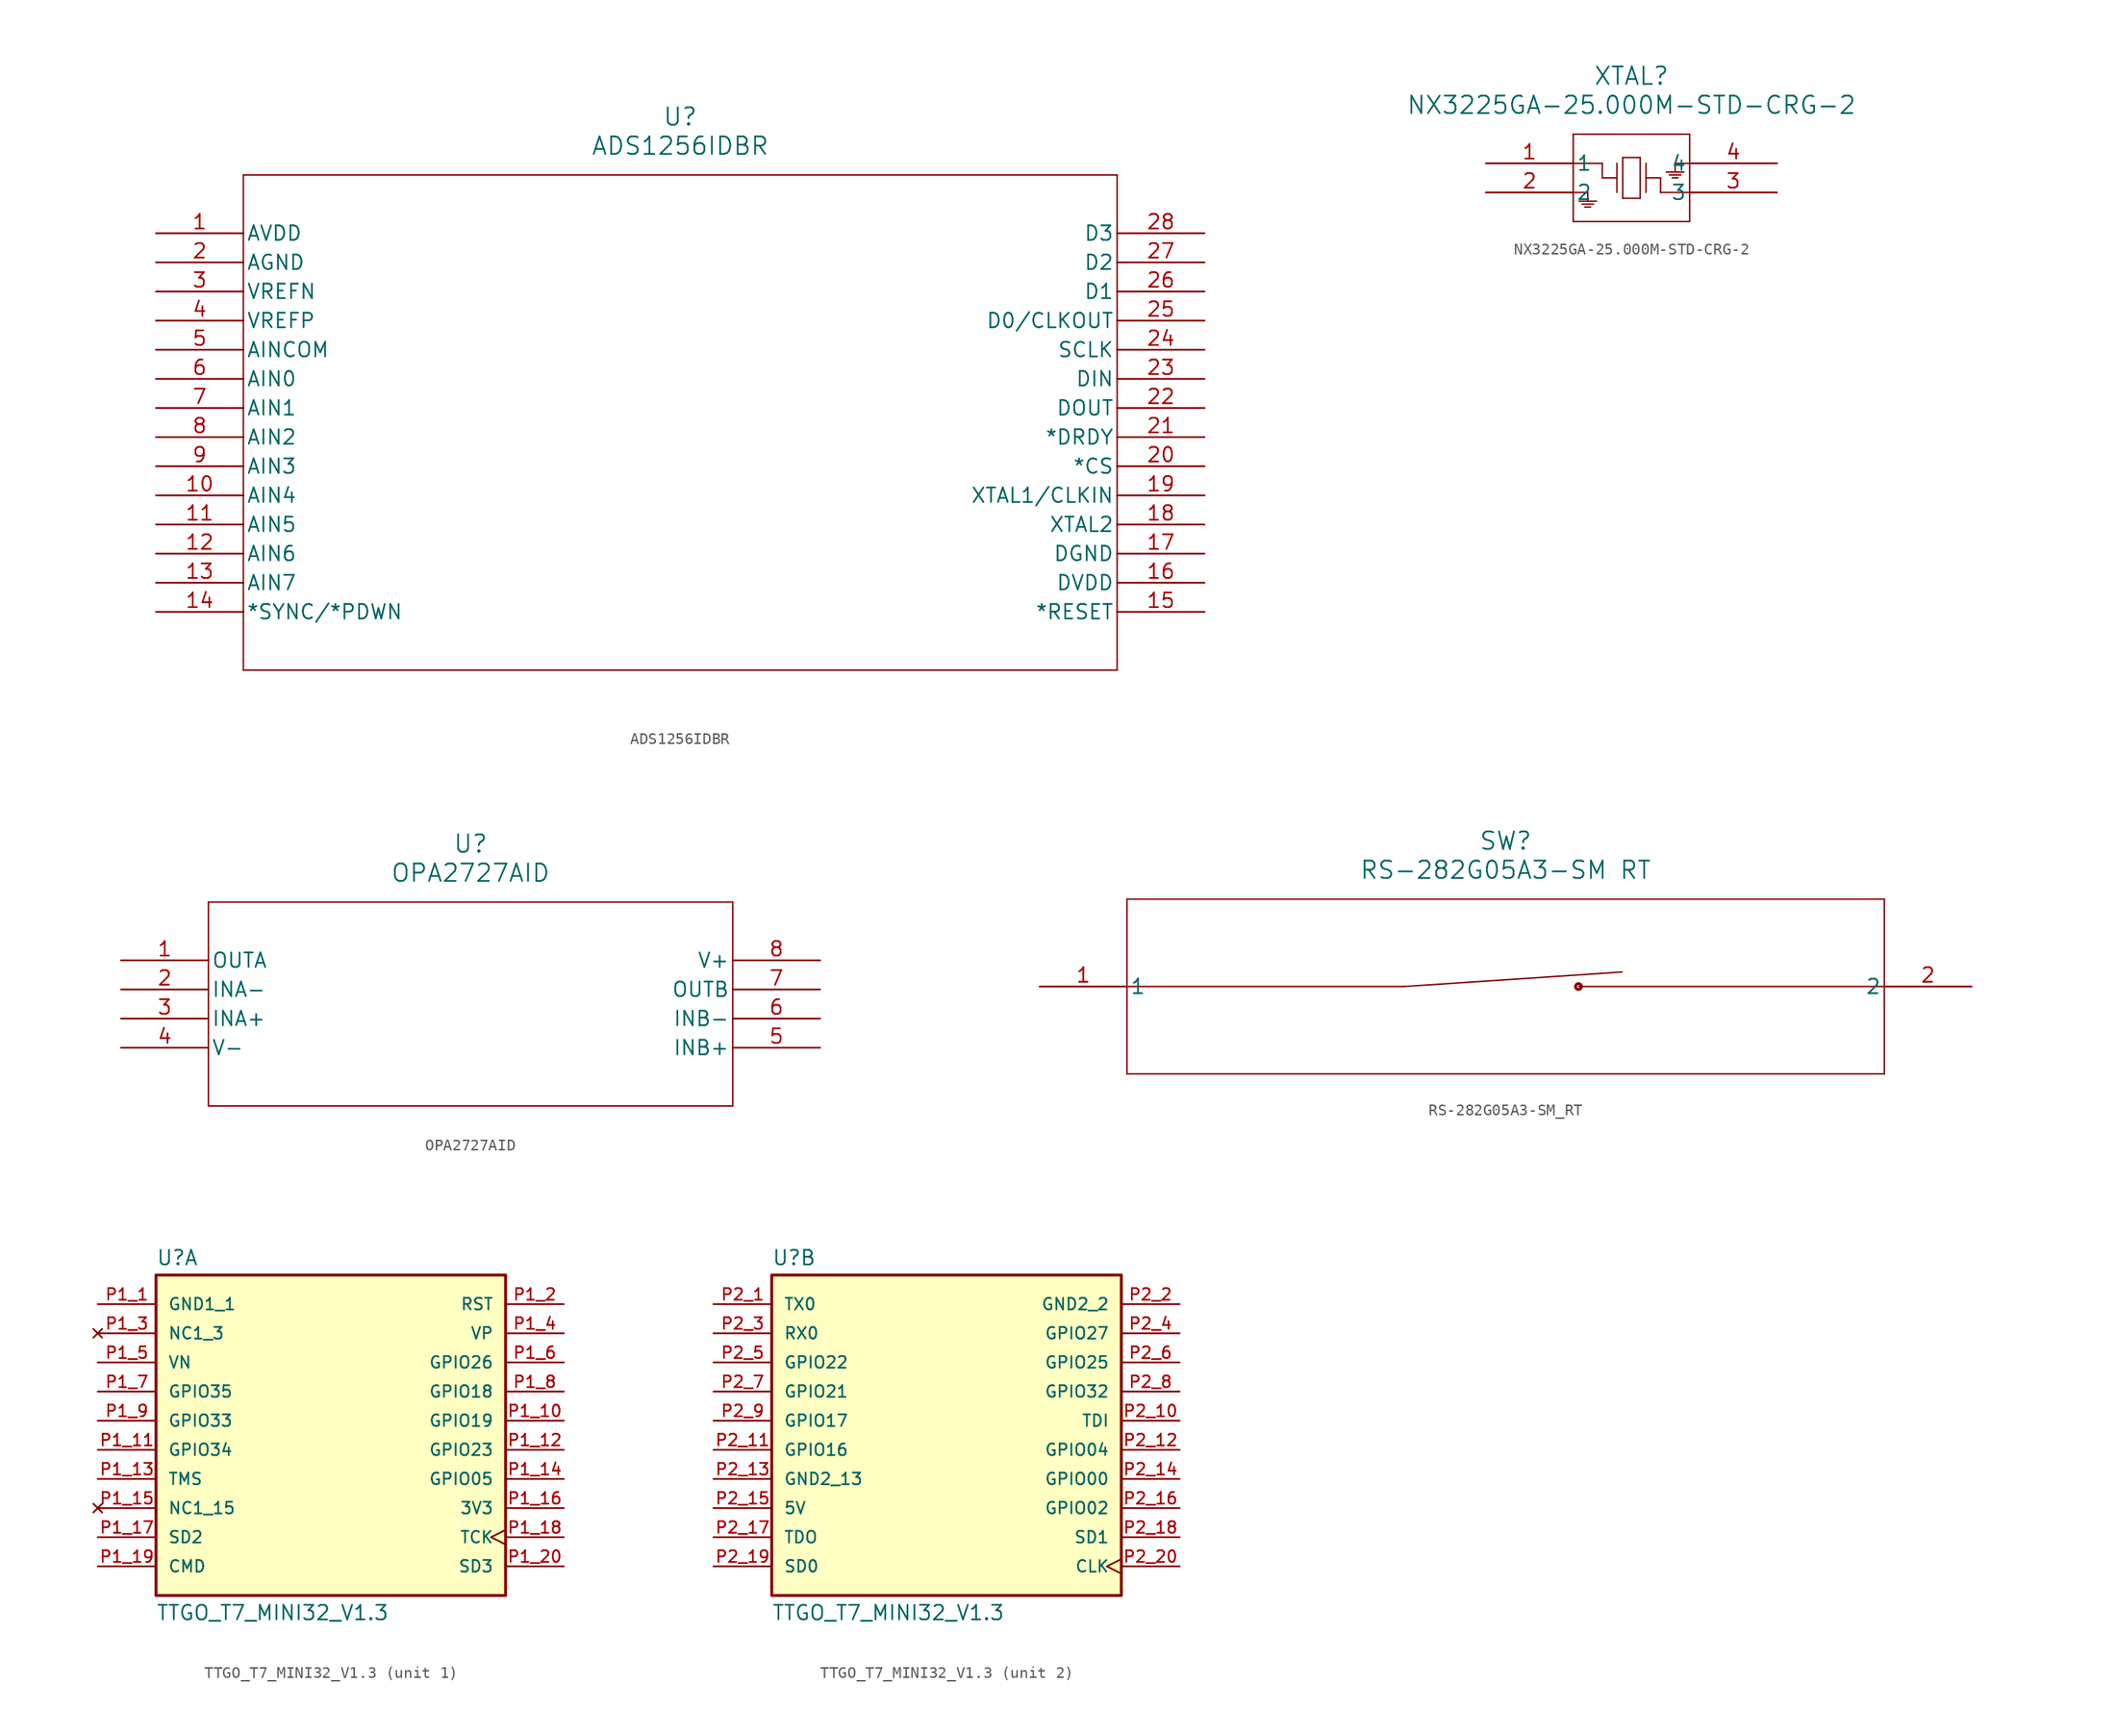
<source format=kicad_sym>
(kicad_symbol_lib
  (version 20240529)
  (generator "kicad_symbol_editor")
  (generator_version "8.99")
  (symbol "ADS1256IDBR"
    (pin_names
      (offset 0.254))
    (property "Reference" "U"
      (at 45.72 10.16 0)
      (effects (font (size 1.524 1.524))))
    (property "Value" "ADS1256IDBR"
      (at 45.72 7.62 0)
      (effects (font (size 1.524 1.524))))
    (property "ki_locked" ""
      (at 0 0 0)
      (effects (font (size 1.27 1.27))))
    (symbol "ADS1256IDBR_0_1"
      (polyline (pts (xy 7.62 5.08) (xy 7.62 -38.1)) (stroke (width 0.127) (type default)) (fill (type none)))
      (polyline (pts (xy 7.62 -38.1) (xy 83.82 -38.1)) (stroke (width 0.127) (type default)) (fill (type none)))
      (polyline (pts (xy 83.82 5.08) (xy 7.62 5.08)) (stroke (width 0.127) (type default)) (fill (type none)))
      (polyline (pts (xy 83.82 -38.1) (xy 83.82 5.08)) (stroke (width 0.127) (type default)) (fill (type none)))
      (pin power_in line (at 0 0 0) (length 7.62) (name "AVDD" (effects (font (size 1.27 1.27)))) (number "1" (effects (font (size 1.27 1.27)))))
      (pin power_in line (at 0 -2.54 0) (length 7.62) (name "AGND" (effects (font (size 1.27 1.27)))) (number "2" (effects (font (size 1.27 1.27)))))
      (pin input line (at 0 -5.08 0) (length 7.62) (name "VREFN" (effects (font (size 1.27 1.27)))) (number "3" (effects (font (size 1.27 1.27)))))
      (pin input line (at 0 -7.62 0) (length 7.62) (name "VREFP" (effects (font (size 1.27 1.27)))) (number "4" (effects (font (size 1.27 1.27)))))
      (pin input line (at 0 -10.16 0) (length 7.62) (name "AINCOM" (effects (font (size 1.27 1.27)))) (number "5" (effects (font (size 1.27 1.27)))))
      (pin input line (at 0 -12.7 0) (length 7.62) (name "AIN0" (effects (font (size 1.27 1.27)))) (number "6" (effects (font (size 1.27 1.27)))))
      (pin input line (at 0 -15.24 0) (length 7.62) (name "AIN1" (effects (font (size 1.27 1.27)))) (number "7" (effects (font (size 1.27 1.27)))))
      (pin input line (at 0 -17.78 0) (length 7.62) (name "AIN2" (effects (font (size 1.27 1.27)))) (number "8" (effects (font (size 1.27 1.27)))))
      (pin input line (at 0 -20.32 0) (length 7.62) (name "AIN3" (effects (font (size 1.27 1.27)))) (number "9" (effects (font (size 1.27 1.27)))))
      (pin input line (at 0 -22.86 0) (length 7.62) (name "AIN4" (effects (font (size 1.27 1.27)))) (number "10" (effects (font (size 1.27 1.27)))))
      (pin input line (at 0 -25.4 0) (length 7.62) (name "AIN5" (effects (font (size 1.27 1.27)))) (number "11" (effects (font (size 1.27 1.27)))))
      (pin input line (at 0 -27.94 0) (length 7.62) (name "AIN6" (effects (font (size 1.27 1.27)))) (number "12" (effects (font (size 1.27 1.27)))))
      (pin input line (at 0 -30.48 0) (length 7.62) (name "AIN7" (effects (font (size 1.27 1.27)))) (number "13" (effects (font (size 1.27 1.27)))))
      (pin input line (at 0 -33.02 0) (length 7.62) (name "*SYNC/*PDWN" (effects (font (size 1.27 1.27)))) (number "14" (effects (font (size 1.27 1.27)))))
      (pin bidirectional line (at 91.44 0 180) (length 7.62) (name "D3" (effects (font (size 1.27 1.27)))) (number "28" (effects (font (size 1.27 1.27)))))
      (pin bidirectional line (at 91.44 -2.54 180) (length 7.62) (name "D2" (effects (font (size 1.27 1.27)))) (number "27" (effects (font (size 1.27 1.27)))))
      (pin bidirectional line (at 91.44 -5.08 180) (length 7.62) (name "D1" (effects (font (size 1.27 1.27)))) (number "26" (effects (font (size 1.27 1.27)))))
      (pin bidirectional line (at 91.44 -7.62 180) (length 7.62) (name "D0/CLKOUT" (effects (font (size 1.27 1.27)))) (number "25" (effects (font (size 1.27 1.27)))))
      (pin input line (at 91.44 -10.16 180) (length 7.62) (name "SCLK" (effects (font (size 1.27 1.27)))) (number "24" (effects (font (size 1.27 1.27)))))
      (pin input line (at 91.44 -12.7 180) (length 7.62) (name "DIN" (effects (font (size 1.27 1.27)))) (number "23" (effects (font (size 1.27 1.27)))))
      (pin output line (at 91.44 -15.24 180) (length 7.62) (name "DOUT" (effects (font (size 1.27 1.27)))) (number "22" (effects (font (size 1.27 1.27)))))
      (pin output line (at 91.44 -17.78 180) (length 7.62) (name "*DRDY" (effects (font (size 1.27 1.27)))) (number "21" (effects (font (size 1.27 1.27)))))
      (pin input line (at 91.44 -20.32 180) (length 7.62) (name "*CS" (effects (font (size 1.27 1.27)))) (number "20" (effects (font (size 1.27 1.27)))))
      (pin input line (at 91.44 -22.86 180) (length 7.62) (name "XTAL1/CLKIN" (effects (font (size 1.27 1.27)))) (number "19" (effects (font (size 1.27 1.27)))))
      (pin unspecified line (at 91.44 -25.4 180) (length 7.62) (name "XTAL2" (effects (font (size 1.27 1.27)))) (number "18" (effects (font (size 1.27 1.27)))))
      (pin power_in line (at 91.44 -27.94 180) (length 7.62) (name "DGND" (effects (font (size 1.27 1.27)))) (number "17" (effects (font (size 1.27 1.27)))))
      (pin power_in line (at 91.44 -30.48 180) (length 7.62) (name "DVDD" (effects (font (size 1.27 1.27)))) (number "16" (effects (font (size 1.27 1.27)))))
      (pin input line (at 91.44 -33.02 180) (length 7.62) (name "*RESET" (effects (font (size 1.27 1.27)))) (number "15" (effects (font (size 1.27 1.27)))))))
  (symbol "NX3225GA-25.000M-STD-CRG-2"
    (pin_names
      (offset 0.254))
    (property "Reference" "XTAL"
      (at 12.7 7.62 0)
      (effects (font (size 1.524 1.524))))
    (property "Value" "NX3225GA-25.000M-STD-CRG-2"
      (at 12.7 5.08 0)
      (effects (font (size 1.524 1.524))))
    (property "ki_locked" ""
      (at 0 0 0)
      (effects (font (size 1.27 1.27))))
    (symbol "NX3225GA-25.000M-STD-CRG-2_0_1"
      (polyline (pts (xy 7.62 2.54) (xy 7.62 -5.08)) (stroke (width 0.127) (type default)) (fill (type none)))
      (polyline (pts (xy 7.62 -2.54) (xy 8.89 -2.54)) (stroke (width 0.127) (type default)) (fill (type none)))
      (polyline (pts (xy 7.62 -5.08) (xy 17.78 -5.08)) (stroke (width 0.127) (type default)) (fill (type none)))
      (polyline (pts (xy 8.128 -3.302) (xy 9.652 -3.302)) (stroke (width 0.127) (type default)) (fill (type none)))
      (polyline (pts (xy 8.382 -3.556) (xy 9.398 -3.556)) (stroke (width 0.127) (type default)) (fill (type none)))
      (polyline (pts (xy 8.636 -3.81) (xy 9.144 -3.81)) (stroke (width 0.127) (type default)) (fill (type none)))
      (polyline (pts (xy 8.89 -2.54) (xy 8.89 -3.302)) (stroke (width 0.127) (type default)) (fill (type none)))
      (polyline (pts (xy 10.16 0) (xy 7.62 0)) (stroke (width 0.127) (type default)) (fill (type none)))
      (polyline (pts (xy 10.16 -1.27) (xy 10.16 0)) (stroke (width 0.127) (type default)) (fill (type none)))
      (polyline (pts (xy 11.43 0) (xy 11.43 -2.54)) (stroke (width 0.127) (type default)) (fill (type none)))
      (polyline (pts (xy 11.43 -1.27) (xy 10.16 -1.27)) (stroke (width 0.127) (type default)) (fill (type none)))
      (polyline (pts (xy 11.938 0.508) (xy 11.938 -3.048)) (stroke (width 0.127) (type default)) (fill (type none)))
      (polyline (pts (xy 11.938 -3.048) (xy 13.462 -3.048)) (stroke (width 0.127) (type default)) (fill (type none)))
      (polyline (pts (xy 13.462 0.508) (xy 11.938 0.508)) (stroke (width 0.127) (type default)) (fill (type none)))
      (polyline (pts (xy 13.462 -3.048) (xy 13.462 0.508)) (stroke (width 0.127) (type default)) (fill (type none)))
      (polyline (pts (xy 13.97 0) (xy 13.97 -2.54)) (stroke (width 0.127) (type default)) (fill (type none)))
      (polyline (pts (xy 13.97 -1.27) (xy 15.24 -1.27)) (stroke (width 0.127) (type default)) (fill (type none)))
      (polyline (pts (xy 15.24 -1.27) (xy 15.24 -2.54)) (stroke (width 0.127) (type default)) (fill (type none)))
      (polyline (pts (xy 15.24 -2.54) (xy 17.78 -2.54)) (stroke (width 0.127) (type default)) (fill (type none)))
      (polyline (pts (xy 16.51 0) (xy 16.51 -0.762)) (stroke (width 0.127) (type default)) (fill (type none)))
      (polyline (pts (xy 16.764 -1.27) (xy 16.256 -1.27)) (stroke (width 0.127) (type default)) (fill (type none)))
      (polyline (pts (xy 17.018 -1.016) (xy 16.002 -1.016)) (stroke (width 0.127) (type default)) (fill (type none)))
      (polyline (pts (xy 17.272 -0.762) (xy 15.748 -0.762)) (stroke (width 0.127) (type default)) (fill (type none)))
      (polyline (pts (xy 17.78 2.54) (xy 7.62 2.54)) (stroke (width 0.127) (type default)) (fill (type none)))
      (polyline (pts (xy 17.78 0) (xy 16.51 0)) (stroke (width 0.127) (type default)) (fill (type none)))
      (polyline (pts (xy 17.78 -5.08) (xy 17.78 2.54)) (stroke (width 0.127) (type default)) (fill (type none)))
      (pin unspecified line (at 0 0 0) (length 7.62) (name "1" (effects (font (size 1.27 1.27)))) (number "1" (effects (font (size 1.27 1.27)))))
      (pin unspecified line (at 0 -2.54 0) (length 7.62) (name "2" (effects (font (size 1.27 1.27)))) (number "2" (effects (font (size 1.27 1.27)))))
      (pin unspecified line (at 25.4 0 180) (length 7.62) (name "4" (effects (font (size 1.27 1.27)))) (number "4" (effects (font (size 1.27 1.27)))))
      (pin unspecified line (at 25.4 -2.54 180) (length 7.62) (name "3" (effects (font (size 1.27 1.27)))) (number "3" (effects (font (size 1.27 1.27)))))))
  (symbol "OPA2727AID"
    (pin_names
      (offset 0.254))
    (property "Reference" "U"
      (at 30.48 10.16 0)
      (effects (font (size 1.524 1.524))))
    (property "Value" "OPA2727AID"
      (at 30.48 7.62 0)
      (effects (font (size 1.524 1.524))))
    (symbol "OPA2727AID_0_1"
      (polyline (pts (xy 7.62 5.08) (xy 7.62 -12.7)) (stroke (width 0.127) (type default)) (fill (type none)))
      (polyline (pts (xy 7.62 -12.7) (xy 53.34 -12.7)) (stroke (width 0.127) (type default)) (fill (type none)))
      (polyline (pts (xy 53.34 5.08) (xy 7.62 5.08)) (stroke (width 0.127) (type default)) (fill (type none)))
      (polyline (pts (xy 53.34 -12.7) (xy 53.34 5.08)) (stroke (width 0.127) (type default)) (fill (type none)))
      (pin output line (at 0 0 0) (length 7.62) (name "OUTA" (effects (font (size 1.27 1.27)))) (number "1" (effects (font (size 1.27 1.27)))))
      (pin input line (at 0 -2.54 0) (length 7.62) (name "INA-" (effects (font (size 1.27 1.27)))) (number "2" (effects (font (size 1.27 1.27)))))
      (pin input line (at 0 -5.08 0) (length 7.62) (name "INA+" (effects (font (size 1.27 1.27)))) (number "3" (effects (font (size 1.27 1.27)))))
      (pin power_in line (at 0 -7.62 0) (length 7.62) (name "V-" (effects (font (size 1.27 1.27)))) (number "4" (effects (font (size 1.27 1.27)))))
      (pin power_in line (at 60.96 0 180) (length 7.62) (name "V+" (effects (font (size 1.27 1.27)))) (number "8" (effects (font (size 1.27 1.27)))))
      (pin output line (at 60.96 -2.54 180) (length 7.62) (name "OUTB" (effects (font (size 1.27 1.27)))) (number "7" (effects (font (size 1.27 1.27)))))
      (pin input line (at 60.96 -5.08 180) (length 7.62) (name "INB-" (effects (font (size 1.27 1.27)))) (number "6" (effects (font (size 1.27 1.27)))))
      (pin input line (at 60.96 -7.62 180) (length 7.62) (name "INB+" (effects (font (size 1.27 1.27)))) (number "5" (effects (font (size 1.27 1.27)))))))
  (symbol "RS-282G05A3-SM_RT"
    (pin_names
      (offset 0.254))
    (property "Reference" "SW"
      (at 40.64 12.7 0)
      (effects (font (size 1.524 1.524))))
    (property "Value" "RS-282G05A3-SM RT"
      (at 40.64 10.16 0)
      (effects (font (size 1.524 1.524))))
    (symbol "RS-282G05A3-SM_RT_0_1"
      (polyline (pts (xy 7.62 7.62) (xy 7.62 -7.62)) (stroke (width 0.127) (type default)) (fill (type none)))
      (polyline (pts (xy 7.62 0) (xy 31.75 0)) (stroke (width 0.127) (type default)) (fill (type none)))
      (polyline (pts (xy 7.62 -7.62) (xy 73.66 -7.62)) (stroke (width 0.127) (type default)) (fill (type none)))
      (polyline (pts (xy 31.75 0) (xy 50.8 1.27)) (stroke (width 0.127) (type default)) (fill (type none)))
      (circle (center 46.99 0) (radius 0.254) (stroke (width 0.254) (type default)) (fill (type none)))
      (polyline (pts (xy 73.66 7.62) (xy 7.62 7.62)) (stroke (width 0.127) (type default)) (fill (type none)))
      (polyline (pts (xy 73.66 0) (xy 46.99 0)) (stroke (width 0.127) (type default)) (fill (type none)))
      (polyline (pts (xy 73.66 -7.62) (xy 73.66 7.62)) (stroke (width 0.127) (type default)) (fill (type none)))
      (pin unspecified line (at 0 0 0) (length 7.62) (name "1" (effects (font (size 1.27 1.27)))) (number "1" (effects (font (size 1.27 1.27)))))
      (pin unspecified line (at 81.28 0 180) (length 7.62) (name "2" (effects (font (size 1.27 1.27)))) (number "2" (effects (font (size 1.27 1.27)))))))
  (symbol "TTGO_T7_MINI32_V1.3"
    (pin_names
      (offset 1.016))
    (property "Reference" "U"
      (at -15.24 13.462 0)
      (effects (font (size 1.27 1.27)) (justify left bottom)))
    (property "Value" "TTGO_T7_MINI32_V1.3"
      (at -15.24 -16.002 0)
      (effects (font (size 1.27 1.27)) (justify left top)))
    (symbol "TTGO_T7_MINI32_V1.3_1_0"
      (rectangle (start -15.24 12.7) (end 15.24 -15.24) (stroke (width 0.254) (type default)) (fill (type background)))
      (pin power_in line (at -20.32 10.16 0) (length 5.08) (name "GND1_1" (effects (font (size 1.016 1.016)))) (number "P1_1" (effects (font (size 1.016 1.016)))))
      (pin no_connect line (at -20.32 7.62 0) (length 5.08) (name "NC1_3" (effects (font (size 1.016 1.016)))) (number "P1_3" (effects (font (size 1.016 1.016)))))
      (pin bidirectional line (at -20.32 5.08 0) (length 5.08) (name "VN" (effects (font (size 1.016 1.016)))) (number "P1_5" (effects (font (size 1.016 1.016)))))
      (pin bidirectional line (at -20.32 2.54 0) (length 5.08) (name "GPIO35" (effects (font (size 1.016 1.016)))) (number "P1_7" (effects (font (size 1.016 1.016)))))
      (pin bidirectional line (at -20.32 0 0) (length 5.08) (name "GPIO33" (effects (font (size 1.016 1.016)))) (number "P1_9" (effects (font (size 1.016 1.016)))))
      (pin bidirectional line (at -20.32 -2.54 0) (length 5.08) (name "GPIO34" (effects (font (size 1.016 1.016)))) (number "P1_11" (effects (font (size 1.016 1.016)))))
      (pin bidirectional line (at -20.32 -5.08 0) (length 5.08) (name "TMS" (effects (font (size 1.016 1.016)))) (number "P1_13" (effects (font (size 1.016 1.016)))))
      (pin no_connect line (at -20.32 -7.62 0) (length 5.08) (name "NC1_15" (effects (font (size 1.016 1.016)))) (number "P1_15" (effects (font (size 1.016 1.016)))))
      (pin bidirectional line (at -20.32 -10.16 0) (length 5.08) (name "SD2" (effects (font (size 1.016 1.016)))) (number "P1_17" (effects (font (size 1.016 1.016)))))
      (pin bidirectional line (at -20.32 -12.7 0) (length 5.08) (name "CMD" (effects (font (size 1.016 1.016)))) (number "P1_19" (effects (font (size 1.016 1.016)))))
      (pin input line (at 20.32 10.16 180) (length 5.08) (name "RST" (effects (font (size 1.016 1.016)))) (number "P1_2" (effects (font (size 1.016 1.016)))))
      (pin bidirectional line (at 20.32 7.62 180) (length 5.08) (name "VP" (effects (font (size 1.016 1.016)))) (number "P1_4" (effects (font (size 1.016 1.016)))))
      (pin bidirectional line (at 20.32 5.08 180) (length 5.08) (name "GPIO26" (effects (font (size 1.016 1.016)))) (number "P1_6" (effects (font (size 1.016 1.016)))))
      (pin bidirectional line (at 20.32 2.54 180) (length 5.08) (name "GPIO18" (effects (font (size 1.016 1.016)))) (number "P1_8" (effects (font (size 1.016 1.016)))))
      (pin bidirectional line (at 20.32 0 180) (length 5.08) (name "GPIO19" (effects (font (size 1.016 1.016)))) (number "P1_10" (effects (font (size 1.016 1.016)))))
      (pin bidirectional line (at 20.32 -2.54 180) (length 5.08) (name "GPIO23" (effects (font (size 1.016 1.016)))) (number "P1_12" (effects (font (size 1.016 1.016)))))
      (pin bidirectional line (at 20.32 -5.08 180) (length 5.08) (name "GPIO05" (effects (font (size 1.016 1.016)))) (number "P1_14" (effects (font (size 1.016 1.016)))))
      (pin power_in line (at 20.32 -7.62 180) (length 5.08) (name "3V3" (effects (font (size 1.016 1.016)))) (number "P1_16" (effects (font (size 1.016 1.016)))))
      (pin input clock (at 20.32 -10.16 180) (length 5.08) (name "TCK" (effects (font (size 1.016 1.016)))) (number "P1_18" (effects (font (size 1.016 1.016)))))
      (pin bidirectional line (at 20.32 -12.7 180) (length 5.08) (name "SD3" (effects (font (size 1.016 1.016)))) (number "P1_20" (effects (font (size 1.016 1.016))))))
    (symbol "TTGO_T7_MINI32_V1.3_2_0"
      (rectangle (start -15.24 -15.24) (end 15.24 12.7) (stroke (width 0.254) (type default)) (fill (type background)))
      (pin bidirectional line (at -20.32 10.16 0) (length 5.08) (name "TX0" (effects (font (size 1.016 1.016)))) (number "P2_1" (effects (font (size 1.016 1.016)))))
      (pin bidirectional line (at -20.32 7.62 0) (length 5.08) (name "RX0" (effects (font (size 1.016 1.016)))) (number "P2_3" (effects (font (size 1.016 1.016)))))
      (pin bidirectional line (at -20.32 5.08 0) (length 5.08) (name "GPIO22" (effects (font (size 1.016 1.016)))) (number "P2_5" (effects (font (size 1.016 1.016)))))
      (pin bidirectional line (at -20.32 2.54 0) (length 5.08) (name "GPIO21" (effects (font (size 1.016 1.016)))) (number "P2_7" (effects (font (size 1.016 1.016)))))
      (pin bidirectional line (at -20.32 0 0) (length 5.08) (name "GPIO17" (effects (font (size 1.016 1.016)))) (number "P2_9" (effects (font (size 1.016 1.016)))))
      (pin bidirectional line (at -20.32 -2.54 0) (length 5.08) (name "GPIO16" (effects (font (size 1.016 1.016)))) (number "P2_11" (effects (font (size 1.016 1.016)))))
      (pin power_in line (at -20.32 -5.08 0) (length 5.08) (name "GND2_13" (effects (font (size 1.016 1.016)))) (number "P2_13" (effects (font (size 1.016 1.016)))))
      (pin power_in line (at -20.32 -7.62 0) (length 5.08) (name "5V" (effects (font (size 1.016 1.016)))) (number "P2_15" (effects (font (size 1.016 1.016)))))
      (pin output line (at -20.32 -10.16 0) (length 5.08) (name "TDO" (effects (font (size 1.016 1.016)))) (number "P2_17" (effects (font (size 1.016 1.016)))))
      (pin bidirectional line (at -20.32 -12.7 0) (length 5.08) (name "SD0" (effects (font (size 1.016 1.016)))) (number "P2_19" (effects (font (size 1.016 1.016)))))
      (pin power_in line (at 20.32 10.16 180) (length 5.08) (name "GND2_2" (effects (font (size 1.016 1.016)))) (number "P2_2" (effects (font (size 1.016 1.016)))))
      (pin bidirectional line (at 20.32 7.62 180) (length 5.08) (name "GPIO27" (effects (font (size 1.016 1.016)))) (number "P2_4" (effects (font (size 1.016 1.016)))))
      (pin bidirectional line (at 20.32 5.08 180) (length 5.08) (name "GPIO25" (effects (font (size 1.016 1.016)))) (number "P2_6" (effects (font (size 1.016 1.016)))))
      (pin bidirectional line (at 20.32 2.54 180) (length 5.08) (name "GPIO32" (effects (font (size 1.016 1.016)))) (number "P2_8" (effects (font (size 1.016 1.016)))))
      (pin input line (at 20.32 0 180) (length 5.08) (name "TDI" (effects (font (size 1.016 1.016)))) (number "P2_10" (effects (font (size 1.016 1.016)))))
      (pin bidirectional line (at 20.32 -2.54 180) (length 5.08) (name "GPIO04" (effects (font (size 1.016 1.016)))) (number "P2_12" (effects (font (size 1.016 1.016)))))
      (pin bidirectional line (at 20.32 -5.08 180) (length 5.08) (name "GPIO00" (effects (font (size 1.016 1.016)))) (number "P2_14" (effects (font (size 1.016 1.016)))))
      (pin bidirectional line (at 20.32 -7.62 180) (length 5.08) (name "GPIO02" (effects (font (size 1.016 1.016)))) (number "P2_16" (effects (font (size 1.016 1.016)))))
      (pin bidirectional line (at 20.32 -10.16 180) (length 5.08) (name "SD1" (effects (font (size 1.016 1.016)))) (number "P2_18" (effects (font (size 1.016 1.016)))))
      (pin bidirectional clock (at 20.32 -12.7 180) (length 5.08) (name "CLK" (effects (font (size 1.016 1.016)))) (number "P2_20" (effects (font (size 1.016 1.016))))))))
</source>
